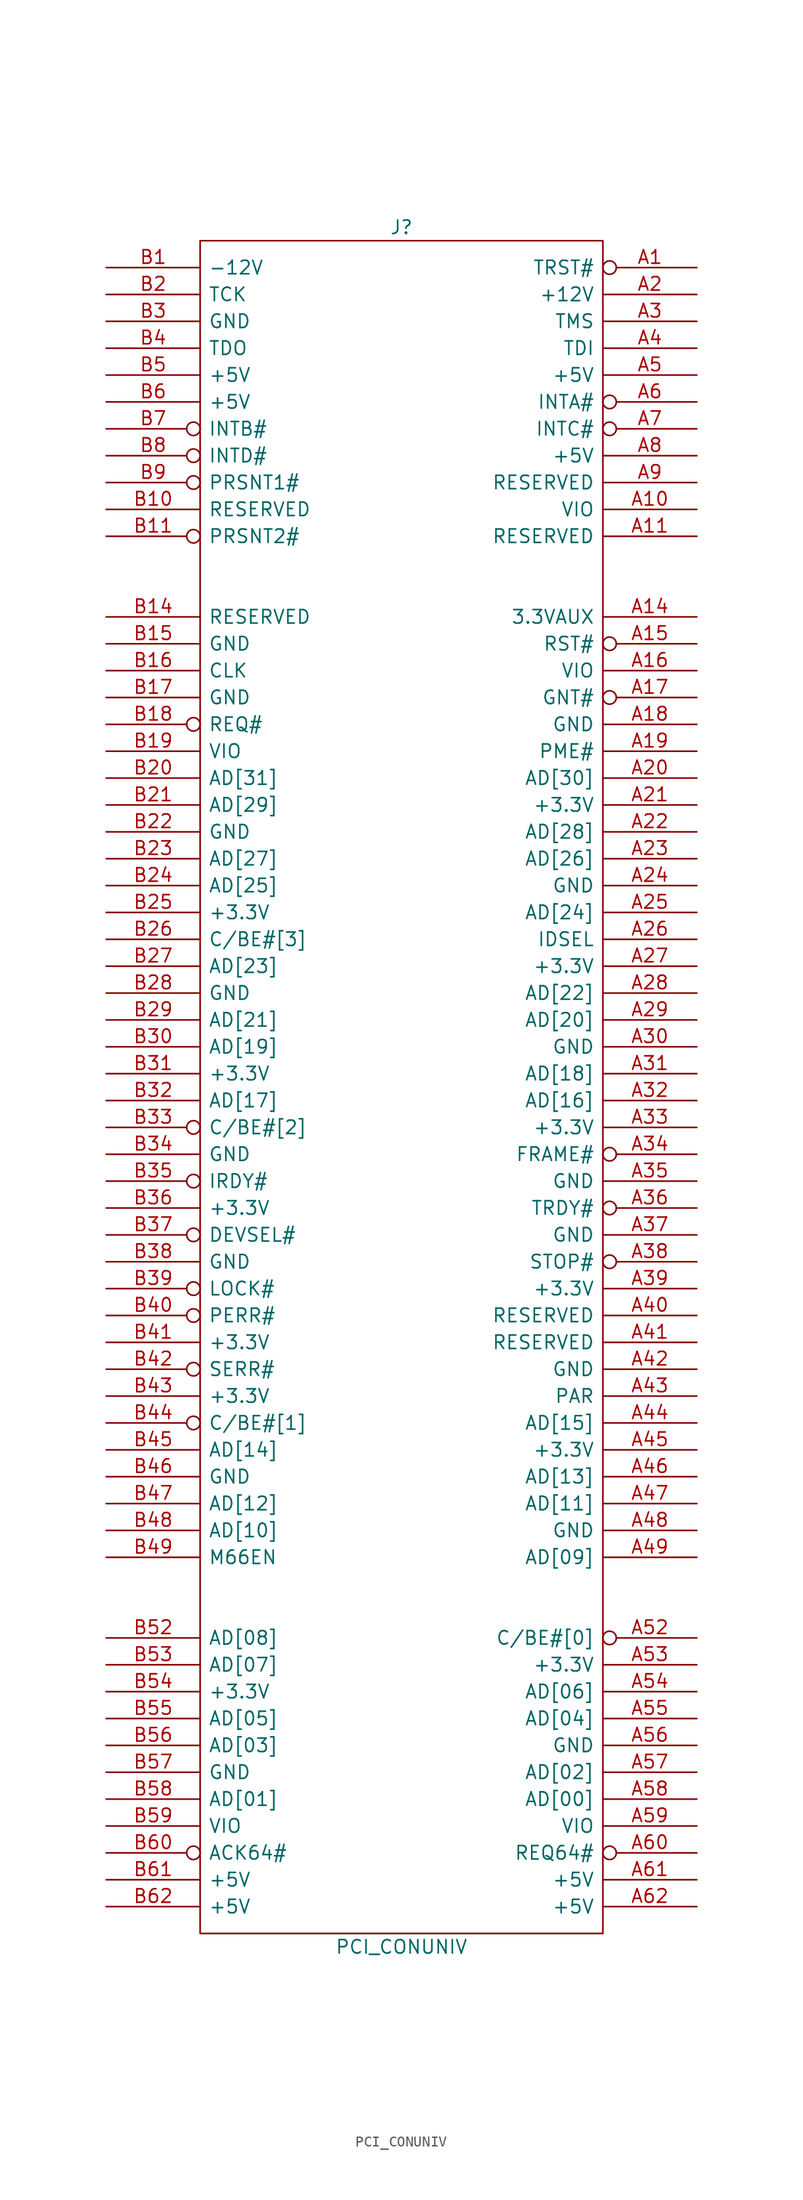
<source format=kicad_sym>
(kicad_symbol_lib
  (version 20231120)
  (generator "kicad_symbol_editor")
  (generator_version "8.0")
  (symbol "PCI_CONUNIV"
    (pin_names
      (offset 0.762))
    (property "Reference" "J"
      (at 0 81.28 0)
      (effects (font (size 1.27 1.27))))
    (property "Value" "PCI_CONUNIV"
      (at 0 -81.28 0)
      (effects (font (size 1.27 1.27))))
    (property "Footprint" ""
      (at 0 0 0)
      (effects (font (size 1.27 1.27))))
    (property "Datasheet" ""
      (at 0 0 0)
      (effects (font (size 1.27 1.27))))
    (symbol "PCI_CONUNIV_0_1"
      (rectangle (start -19.05 80.01) (end 19.05 -80.01) (stroke (width 0) (type solid)) (fill (type none))))
    (symbol "PCI_CONUNIV_1_1"
      (pin output inverted (at 27.94 77.47 180) (length 8.89) (name "TRST#" (effects (font (size 1.27 1.27)))) (number "A1" (effects (font (size 1.27 1.27)))))
      (pin power_in line (at 27.94 54.61 180) (length 8.89) (name "VIO" (effects (font (size 1.27 1.27)))) (number "A10" (effects (font (size 1.27 1.27)))))
      (pin passive line (at 27.94 52.07 180) (length 8.89) (name "RESERVED" (effects (font (size 1.27 1.27)))) (number "A11" (effects (font (size 1.27 1.27)))))
      (pin passive line (at 27.94 44.45 180) (length 8.89) (name "3.3VAUX" (effects (font (size 1.27 1.27)))) (number "A14" (effects (font (size 1.27 1.27)))))
      (pin output inverted (at 27.94 41.91 180) (length 8.89) (name "RST#" (effects (font (size 1.27 1.27)))) (number "A15" (effects (font (size 1.27 1.27)))))
      (pin power_in line (at 27.94 39.37 180) (length 8.89) (name "VIO" (effects (font (size 1.27 1.27)))) (number "A16" (effects (font (size 1.27 1.27)))))
      (pin bidirectional inverted (at 27.94 36.83 180) (length 8.89) (name "GNT#" (effects (font (size 1.27 1.27)))) (number "A17" (effects (font (size 1.27 1.27)))))
      (pin power_in line (at 27.94 34.29 180) (length 8.89) (name "GND" (effects (font (size 1.27 1.27)))) (number "A18" (effects (font (size 1.27 1.27)))))
      (pin passive line (at 27.94 31.75 180) (length 8.89) (name "PME#" (effects (font (size 1.27 1.27)))) (number "A19" (effects (font (size 1.27 1.27)))))
      (pin power_in line (at 27.94 74.93 180) (length 8.89) (name "+12V" (effects (font (size 1.27 1.27)))) (number "A2" (effects (font (size 1.27 1.27)))))
      (pin bidirectional line (at 27.94 29.21 180) (length 8.89) (name "AD[30]" (effects (font (size 1.27 1.27)))) (number "A20" (effects (font (size 1.27 1.27)))))
      (pin power_in line (at 27.94 26.67 180) (length 8.89) (name "+3.3V" (effects (font (size 1.27 1.27)))) (number "A21" (effects (font (size 1.27 1.27)))))
      (pin bidirectional line (at 27.94 24.13 180) (length 8.89) (name "AD[28]" (effects (font (size 1.27 1.27)))) (number "A22" (effects (font (size 1.27 1.27)))))
      (pin bidirectional line (at 27.94 21.59 180) (length 8.89) (name "AD[26]" (effects (font (size 1.27 1.27)))) (number "A23" (effects (font (size 1.27 1.27)))))
      (pin power_in line (at 27.94 19.05 180) (length 8.89) (name "GND" (effects (font (size 1.27 1.27)))) (number "A24" (effects (font (size 1.27 1.27)))))
      (pin bidirectional line (at 27.94 16.51 180) (length 8.89) (name "AD[24]" (effects (font (size 1.27 1.27)))) (number "A25" (effects (font (size 1.27 1.27)))))
      (pin output line (at 27.94 13.97 180) (length 8.89) (name "IDSEL" (effects (font (size 1.27 1.27)))) (number "A26" (effects (font (size 1.27 1.27)))))
      (pin power_in line (at 27.94 11.43 180) (length 8.89) (name "+3.3V" (effects (font (size 1.27 1.27)))) (number "A27" (effects (font (size 1.27 1.27)))))
      (pin bidirectional line (at 27.94 8.89 180) (length 8.89) (name "AD[22]" (effects (font (size 1.27 1.27)))) (number "A28" (effects (font (size 1.27 1.27)))))
      (pin bidirectional line (at 27.94 6.35 180) (length 8.89) (name "AD[20]" (effects (font (size 1.27 1.27)))) (number "A29" (effects (font (size 1.27 1.27)))))
      (pin output line (at 27.94 72.39 180) (length 8.89) (name "TMS" (effects (font (size 1.27 1.27)))) (number "A3" (effects (font (size 1.27 1.27)))))
      (pin power_in line (at 27.94 3.81 180) (length 8.89) (name "GND" (effects (font (size 1.27 1.27)))) (number "A30" (effects (font (size 1.27 1.27)))))
      (pin bidirectional line (at 27.94 1.27 180) (length 8.89) (name "AD[18]" (effects (font (size 1.27 1.27)))) (number "A31" (effects (font (size 1.27 1.27)))))
      (pin bidirectional line (at 27.94 -1.27 180) (length 8.89) (name "AD[16]" (effects (font (size 1.27 1.27)))) (number "A32" (effects (font (size 1.27 1.27)))))
      (pin power_in line (at 27.94 -3.81 180) (length 8.89) (name "+3.3V" (effects (font (size 1.27 1.27)))) (number "A33" (effects (font (size 1.27 1.27)))))
      (pin bidirectional inverted (at 27.94 -6.35 180) (length 8.89) (name "FRAME#" (effects (font (size 1.27 1.27)))) (number "A34" (effects (font (size 1.27 1.27)))))
      (pin power_in line (at 27.94 -8.89 180) (length 8.89) (name "GND" (effects (font (size 1.27 1.27)))) (number "A35" (effects (font (size 1.27 1.27)))))
      (pin bidirectional inverted (at 27.94 -11.43 180) (length 8.89) (name "TRDY#" (effects (font (size 1.27 1.27)))) (number "A36" (effects (font (size 1.27 1.27)))))
      (pin power_in line (at 27.94 -13.97 180) (length 8.89) (name "GND" (effects (font (size 1.27 1.27)))) (number "A37" (effects (font (size 1.27 1.27)))))
      (pin bidirectional inverted (at 27.94 -16.51 180) (length 8.89) (name "STOP#" (effects (font (size 1.27 1.27)))) (number "A38" (effects (font (size 1.27 1.27)))))
      (pin power_in line (at 27.94 -19.05 180) (length 8.89) (name "+3.3V" (effects (font (size 1.27 1.27)))) (number "A39" (effects (font (size 1.27 1.27)))))
      (pin output line (at 27.94 69.85 180) (length 8.89) (name "TDI" (effects (font (size 1.27 1.27)))) (number "A4" (effects (font (size 1.27 1.27)))))
      (pin bidirectional line (at 27.94 -21.59 180) (length 8.89) (name "RESERVED" (effects (font (size 1.27 1.27)))) (number "A40" (effects (font (size 1.27 1.27)))))
      (pin bidirectional line (at 27.94 -24.13 180) (length 8.89) (name "RESERVED" (effects (font (size 1.27 1.27)))) (number "A41" (effects (font (size 1.27 1.27)))))
      (pin power_in line (at 27.94 -26.67 180) (length 8.89) (name "GND" (effects (font (size 1.27 1.27)))) (number "A42" (effects (font (size 1.27 1.27)))))
      (pin bidirectional line (at 27.94 -29.21 180) (length 8.89) (name "PAR" (effects (font (size 1.27 1.27)))) (number "A43" (effects (font (size 1.27 1.27)))))
      (pin bidirectional line (at 27.94 -31.75 180) (length 8.89) (name "AD[15]" (effects (font (size 1.27 1.27)))) (number "A44" (effects (font (size 1.27 1.27)))))
      (pin power_in line (at 27.94 -34.29 180) (length 8.89) (name "+3.3V" (effects (font (size 1.27 1.27)))) (number "A45" (effects (font (size 1.27 1.27)))))
      (pin bidirectional line (at 27.94 -36.83 180) (length 8.89) (name "AD[13]" (effects (font (size 1.27 1.27)))) (number "A46" (effects (font (size 1.27 1.27)))))
      (pin bidirectional line (at 27.94 -39.37 180) (length 8.89) (name "AD[11]" (effects (font (size 1.27 1.27)))) (number "A47" (effects (font (size 1.27 1.27)))))
      (pin power_in line (at 27.94 -41.91 180) (length 8.89) (name "GND" (effects (font (size 1.27 1.27)))) (number "A48" (effects (font (size 1.27 1.27)))))
      (pin bidirectional line (at 27.94 -44.45 180) (length 8.89) (name "AD[09]" (effects (font (size 1.27 1.27)))) (number "A49" (effects (font (size 1.27 1.27)))))
      (pin power_in line (at 27.94 67.31 180) (length 8.89) (name "+5V" (effects (font (size 1.27 1.27)))) (number "A5" (effects (font (size 1.27 1.27)))))
      (pin bidirectional inverted (at 27.94 -52.07 180) (length 8.89) (name "C/BE#[0]" (effects (font (size 1.27 1.27)))) (number "A52" (effects (font (size 1.27 1.27)))))
      (pin power_in line (at 27.94 -54.61 180) (length 8.89) (name "+3.3V" (effects (font (size 1.27 1.27)))) (number "A53" (effects (font (size 1.27 1.27)))))
      (pin bidirectional line (at 27.94 -57.15 180) (length 8.89) (name "AD[06]" (effects (font (size 1.27 1.27)))) (number "A54" (effects (font (size 1.27 1.27)))))
      (pin bidirectional line (at 27.94 -59.69 180) (length 8.89) (name "AD[04]" (effects (font (size 1.27 1.27)))) (number "A55" (effects (font (size 1.27 1.27)))))
      (pin power_in line (at 27.94 -62.23 180) (length 8.89) (name "GND" (effects (font (size 1.27 1.27)))) (number "A56" (effects (font (size 1.27 1.27)))))
      (pin bidirectional line (at 27.94 -64.77 180) (length 8.89) (name "AD[02]" (effects (font (size 1.27 1.27)))) (number "A57" (effects (font (size 1.27 1.27)))))
      (pin bidirectional line (at 27.94 -67.31 180) (length 8.89) (name "AD[00]" (effects (font (size 1.27 1.27)))) (number "A58" (effects (font (size 1.27 1.27)))))
      (pin power_in line (at 27.94 -69.85 180) (length 8.89) (name "VIO" (effects (font (size 1.27 1.27)))) (number "A59" (effects (font (size 1.27 1.27)))))
      (pin input inverted (at 27.94 64.77 180) (length 8.89) (name "INTA#" (effects (font (size 1.27 1.27)))) (number "A6" (effects (font (size 1.27 1.27)))))
      (pin bidirectional inverted (at 27.94 -72.39 180) (length 8.89) (name "REQ64#" (effects (font (size 1.27 1.27)))) (number "A60" (effects (font (size 1.27 1.27)))))
      (pin power_in line (at 27.94 -74.93 180) (length 8.89) (name "+5V" (effects (font (size 1.27 1.27)))) (number "A61" (effects (font (size 1.27 1.27)))))
      (pin power_in line (at 27.94 -77.47 180) (length 8.89) (name "+5V" (effects (font (size 1.27 1.27)))) (number "A62" (effects (font (size 1.27 1.27)))))
      (pin input inverted (at 27.94 62.23 180) (length 8.89) (name "INTC#" (effects (font (size 1.27 1.27)))) (number "A7" (effects (font (size 1.27 1.27)))))
      (pin power_in line (at 27.94 59.69 180) (length 8.89) (name "+5V" (effects (font (size 1.27 1.27)))) (number "A8" (effects (font (size 1.27 1.27)))))
      (pin passive line (at 27.94 57.15 180) (length 8.89) (name "RESERVED" (effects (font (size 1.27 1.27)))) (number "A9" (effects (font (size 1.27 1.27)))))
      (pin power_in line (at -27.94 77.47 0) (length 8.89) (name "-12V" (effects (font (size 1.27 1.27)))) (number "B1" (effects (font (size 1.27 1.27)))))
      (pin passive line (at -27.94 54.61 0) (length 8.89) (name "RESERVED" (effects (font (size 1.27 1.27)))) (number "B10" (effects (font (size 1.27 1.27)))))
      (pin input inverted (at -27.94 52.07 0) (length 8.89) (name "PRSNT2#" (effects (font (size 1.27 1.27)))) (number "B11" (effects (font (size 1.27 1.27)))))
      (pin passive line (at -27.94 44.45 0) (length 8.89) (name "RESERVED" (effects (font (size 1.27 1.27)))) (number "B14" (effects (font (size 1.27 1.27)))))
      (pin power_in line (at -27.94 41.91 0) (length 8.89) (name "GND" (effects (font (size 1.27 1.27)))) (number "B15" (effects (font (size 1.27 1.27)))))
      (pin output line (at -27.94 39.37 0) (length 8.89) (name "CLK" (effects (font (size 1.27 1.27)))) (number "B16" (effects (font (size 1.27 1.27)))))
      (pin power_in line (at -27.94 36.83 0) (length 8.89) (name "GND" (effects (font (size 1.27 1.27)))) (number "B17" (effects (font (size 1.27 1.27)))))
      (pin bidirectional inverted (at -27.94 34.29 0) (length 8.89) (name "REQ#" (effects (font (size 1.27 1.27)))) (number "B18" (effects (font (size 1.27 1.27)))))
      (pin power_in line (at -27.94 31.75 0) (length 8.89) (name "VIO" (effects (font (size 1.27 1.27)))) (number "B19" (effects (font (size 1.27 1.27)))))
      (pin output line (at -27.94 74.93 0) (length 8.89) (name "TCK" (effects (font (size 1.27 1.27)))) (number "B2" (effects (font (size 1.27 1.27)))))
      (pin bidirectional line (at -27.94 29.21 0) (length 8.89) (name "AD[31]" (effects (font (size 1.27 1.27)))) (number "B20" (effects (font (size 1.27 1.27)))))
      (pin bidirectional line (at -27.94 26.67 0) (length 8.89) (name "AD[29]" (effects (font (size 1.27 1.27)))) (number "B21" (effects (font (size 1.27 1.27)))))
      (pin power_in line (at -27.94 24.13 0) (length 8.89) (name "GND" (effects (font (size 1.27 1.27)))) (number "B22" (effects (font (size 1.27 1.27)))))
      (pin bidirectional line (at -27.94 21.59 0) (length 8.89) (name "AD[27]" (effects (font (size 1.27 1.27)))) (number "B23" (effects (font (size 1.27 1.27)))))
      (pin bidirectional line (at -27.94 19.05 0) (length 8.89) (name "AD[25]" (effects (font (size 1.27 1.27)))) (number "B24" (effects (font (size 1.27 1.27)))))
      (pin power_in line (at -27.94 16.51 0) (length 8.89) (name "+3.3V" (effects (font (size 1.27 1.27)))) (number "B25" (effects (font (size 1.27 1.27)))))
      (pin bidirectional line (at -27.94 13.97 0) (length 8.89) (name "C/BE#[3]" (effects (font (size 1.27 1.27)))) (number "B26" (effects (font (size 1.27 1.27)))))
      (pin bidirectional line (at -27.94 11.43 0) (length 8.89) (name "AD[23]" (effects (font (size 1.27 1.27)))) (number "B27" (effects (font (size 1.27 1.27)))))
      (pin power_in line (at -27.94 8.89 0) (length 8.89) (name "GND" (effects (font (size 1.27 1.27)))) (number "B28" (effects (font (size 1.27 1.27)))))
      (pin bidirectional line (at -27.94 6.35 0) (length 8.89) (name "AD[21]" (effects (font (size 1.27 1.27)))) (number "B29" (effects (font (size 1.27 1.27)))))
      (pin input line (at -27.94 72.39 0) (length 8.89) (name "GND" (effects (font (size 1.27 1.27)))) (number "B3" (effects (font (size 1.27 1.27)))))
      (pin bidirectional line (at -27.94 3.81 0) (length 8.89) (name "AD[19]" (effects (font (size 1.27 1.27)))) (number "B30" (effects (font (size 1.27 1.27)))))
      (pin power_in line (at -27.94 1.27 0) (length 8.89) (name "+3.3V" (effects (font (size 1.27 1.27)))) (number "B31" (effects (font (size 1.27 1.27)))))
      (pin bidirectional line (at -27.94 -1.27 0) (length 8.89) (name "AD[17]" (effects (font (size 1.27 1.27)))) (number "B32" (effects (font (size 1.27 1.27)))))
      (pin bidirectional inverted (at -27.94 -3.81 0) (length 8.89) (name "C/BE#[2]" (effects (font (size 1.27 1.27)))) (number "B33" (effects (font (size 1.27 1.27)))))
      (pin power_in line (at -27.94 -6.35 0) (length 8.89) (name "GND" (effects (font (size 1.27 1.27)))) (number "B34" (effects (font (size 1.27 1.27)))))
      (pin bidirectional inverted (at -27.94 -8.89 0) (length 8.89) (name "IRDY#" (effects (font (size 1.27 1.27)))) (number "B35" (effects (font (size 1.27 1.27)))))
      (pin power_in line (at -27.94 -11.43 0) (length 8.89) (name "+3.3V" (effects (font (size 1.27 1.27)))) (number "B36" (effects (font (size 1.27 1.27)))))
      (pin bidirectional inverted (at -27.94 -13.97 0) (length 8.89) (name "DEVSEL#" (effects (font (size 1.27 1.27)))) (number "B37" (effects (font (size 1.27 1.27)))))
      (pin power_in line (at -27.94 -16.51 0) (length 8.89) (name "GND" (effects (font (size 1.27 1.27)))) (number "B38" (effects (font (size 1.27 1.27)))))
      (pin bidirectional inverted (at -27.94 -19.05 0) (length 8.89) (name "LOCK#" (effects (font (size 1.27 1.27)))) (number "B39" (effects (font (size 1.27 1.27)))))
      (pin input line (at -27.94 69.85 0) (length 8.89) (name "TDO" (effects (font (size 1.27 1.27)))) (number "B4" (effects (font (size 1.27 1.27)))))
      (pin bidirectional inverted (at -27.94 -21.59 0) (length 8.89) (name "PERR#" (effects (font (size 1.27 1.27)))) (number "B40" (effects (font (size 1.27 1.27)))))
      (pin power_in line (at -27.94 -24.13 0) (length 8.89) (name "+3.3V" (effects (font (size 1.27 1.27)))) (number "B41" (effects (font (size 1.27 1.27)))))
      (pin input inverted (at -27.94 -26.67 0) (length 8.89) (name "SERR#" (effects (font (size 1.27 1.27)))) (number "B42" (effects (font (size 1.27 1.27)))))
      (pin power_in line (at -27.94 -29.21 0) (length 8.89) (name "+3.3V" (effects (font (size 1.27 1.27)))) (number "B43" (effects (font (size 1.27 1.27)))))
      (pin bidirectional inverted (at -27.94 -31.75 0) (length 8.89) (name "C/BE#[1]" (effects (font (size 1.27 1.27)))) (number "B44" (effects (font (size 1.27 1.27)))))
      (pin bidirectional line (at -27.94 -34.29 0) (length 8.89) (name "AD[14]" (effects (font (size 1.27 1.27)))) (number "B45" (effects (font (size 1.27 1.27)))))
      (pin power_in line (at -27.94 -36.83 0) (length 8.89) (name "GND" (effects (font (size 1.27 1.27)))) (number "B46" (effects (font (size 1.27 1.27)))))
      (pin bidirectional line (at -27.94 -39.37 0) (length 8.89) (name "AD[12]" (effects (font (size 1.27 1.27)))) (number "B47" (effects (font (size 1.27 1.27)))))
      (pin bidirectional line (at -27.94 -41.91 0) (length 8.89) (name "AD[10]" (effects (font (size 1.27 1.27)))) (number "B48" (effects (font (size 1.27 1.27)))))
      (pin power_in line (at -27.94 -44.45 0) (length 8.89) (name "M66EN" (effects (font (size 1.27 1.27)))) (number "B49" (effects (font (size 1.27 1.27)))))
      (pin power_in line (at -27.94 67.31 0) (length 8.89) (name "+5V" (effects (font (size 1.27 1.27)))) (number "B5" (effects (font (size 1.27 1.27)))))
      (pin bidirectional line (at -27.94 -52.07 0) (length 8.89) (name "AD[08]" (effects (font (size 1.27 1.27)))) (number "B52" (effects (font (size 1.27 1.27)))))
      (pin bidirectional line (at -27.94 -54.61 0) (length 8.89) (name "AD[07]" (effects (font (size 1.27 1.27)))) (number "B53" (effects (font (size 1.27 1.27)))))
      (pin input line (at -27.94 -57.15 0) (length 8.89) (name "+3.3V" (effects (font (size 1.27 1.27)))) (number "B54" (effects (font (size 1.27 1.27)))))
      (pin bidirectional line (at -27.94 -59.69 0) (length 8.89) (name "AD[05]" (effects (font (size 1.27 1.27)))) (number "B55" (effects (font (size 1.27 1.27)))))
      (pin bidirectional line (at -27.94 -62.23 0) (length 8.89) (name "AD[03]" (effects (font (size 1.27 1.27)))) (number "B56" (effects (font (size 1.27 1.27)))))
      (pin power_in line (at -27.94 -64.77 0) (length 8.89) (name "GND" (effects (font (size 1.27 1.27)))) (number "B57" (effects (font (size 1.27 1.27)))))
      (pin bidirectional line (at -27.94 -67.31 0) (length 8.89) (name "AD[01]" (effects (font (size 1.27 1.27)))) (number "B58" (effects (font (size 1.27 1.27)))))
      (pin power_in line (at -27.94 -69.85 0) (length 8.89) (name "VIO" (effects (font (size 1.27 1.27)))) (number "B59" (effects (font (size 1.27 1.27)))))
      (pin power_in line (at -27.94 64.77 0) (length 8.89) (name "+5V" (effects (font (size 1.27 1.27)))) (number "B6" (effects (font (size 1.27 1.27)))))
      (pin bidirectional inverted (at -27.94 -72.39 0) (length 8.89) (name "ACK64#" (effects (font (size 1.27 1.27)))) (number "B60" (effects (font (size 1.27 1.27)))))
      (pin power_in line (at -27.94 -74.93 0) (length 8.89) (name "+5V" (effects (font (size 1.27 1.27)))) (number "B61" (effects (font (size 1.27 1.27)))))
      (pin power_in line (at -27.94 -77.47 0) (length 8.89) (name "+5V" (effects (font (size 1.27 1.27)))) (number "B62" (effects (font (size 1.27 1.27)))))
      (pin input inverted (at -27.94 62.23 0) (length 8.89) (name "INTB#" (effects (font (size 1.27 1.27)))) (number "B7" (effects (font (size 1.27 1.27)))))
      (pin input inverted (at -27.94 59.69 0) (length 8.89) (name "INTD#" (effects (font (size 1.27 1.27)))) (number "B8" (effects (font (size 1.27 1.27)))))
      (pin input inverted (at -27.94 57.15 0) (length 8.89) (name "PRSNT1#" (effects (font (size 1.27 1.27)))) (number "B9" (effects (font (size 1.27 1.27))))))))
</source>
